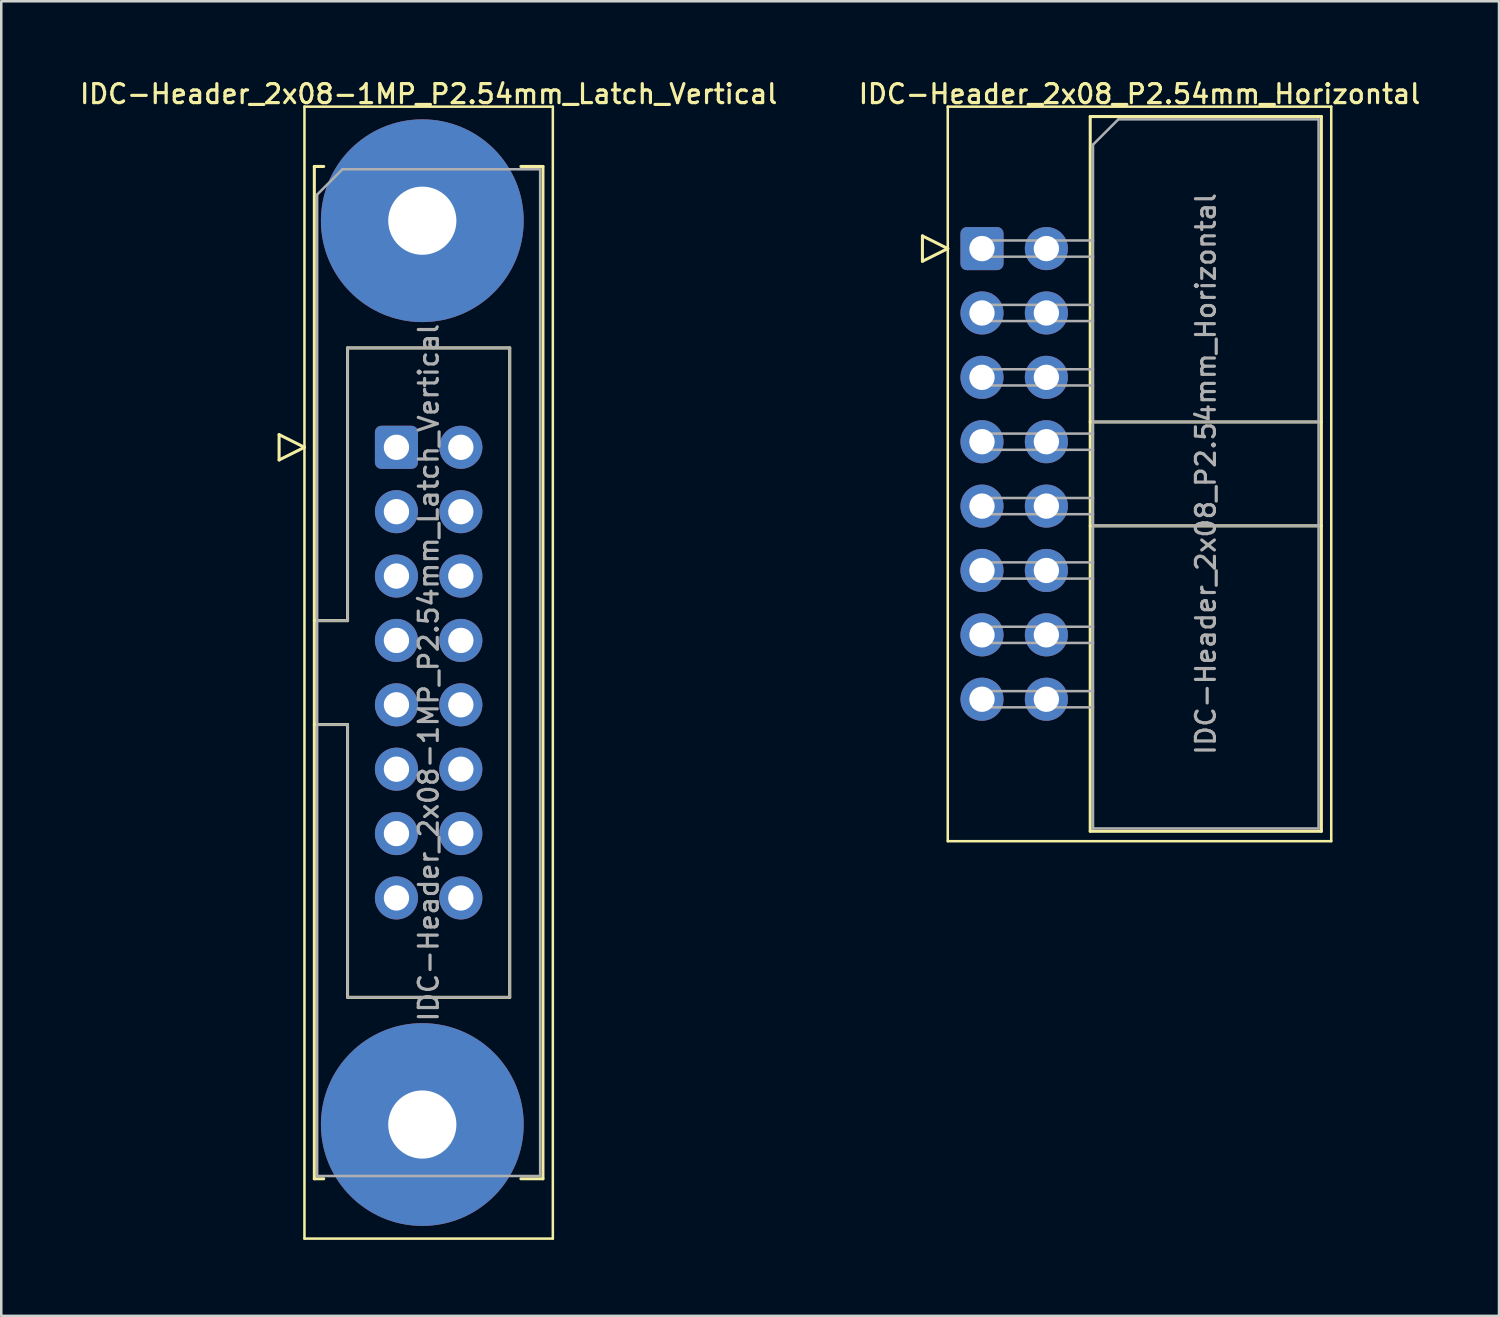
<source format=kicad_pcb>
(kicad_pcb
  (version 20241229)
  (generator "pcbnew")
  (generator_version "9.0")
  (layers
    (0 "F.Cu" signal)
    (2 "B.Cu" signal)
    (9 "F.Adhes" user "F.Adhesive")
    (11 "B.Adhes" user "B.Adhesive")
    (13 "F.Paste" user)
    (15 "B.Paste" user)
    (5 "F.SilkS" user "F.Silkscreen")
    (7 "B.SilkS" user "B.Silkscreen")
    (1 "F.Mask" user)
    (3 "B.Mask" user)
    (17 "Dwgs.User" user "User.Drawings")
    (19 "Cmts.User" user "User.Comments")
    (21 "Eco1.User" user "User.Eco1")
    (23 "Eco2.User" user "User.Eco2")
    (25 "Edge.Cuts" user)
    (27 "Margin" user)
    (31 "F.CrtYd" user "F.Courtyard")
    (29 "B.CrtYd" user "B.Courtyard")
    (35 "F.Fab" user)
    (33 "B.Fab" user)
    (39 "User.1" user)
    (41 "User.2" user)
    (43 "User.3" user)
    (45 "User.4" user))
  (footprint "IDC-Header_2x08-1MP_P2.54mm_Latch_Vertical"
    (layer "F.Cu")
    (at 12.592 14.598)
    (property "Reference" "IDC-Header_2x08-1MP_P2.54mm_Latch_Vertical" (at 1.27 -13.94 0) (layer "F.SilkS") (effects (font (size 0.75 0.75) (thickness 0.125))))
    (attr through_hole)
    (fp_line (start -4.63 -0.5) (end -4.63 0.5) (stroke (width 0.12) (type solid)) (layer "F.SilkS"))
    (fp_line (start -4.63 0.5) (end -3.63 0) (stroke (width 0.12) (type solid)) (layer "F.SilkS"))
    (fp_line (start -3.63 -13.44) (end -3.63 31.22) (stroke (width 0.1) (type solid)) (layer "F.SilkS"))
    (fp_line (start -3.63 0) (end -4.63 -0.5) (stroke (width 0.12) (type solid)) (layer "F.SilkS"))
    (fp_line (start -3.63 31.22) (end 6.17 31.22) (stroke (width 0.1) (type solid)) (layer "F.SilkS"))
    (fp_line (start -3.24 -11.08) (end -3.24 28.86) (stroke (width 0.12) (type solid)) (layer "F.SilkS"))
    (fp_line (start -3.24 6.84) (end -1.93 6.84) (stroke (width 0.12) (type solid)) (layer "F.SilkS"))
    (fp_line (start -3.24 28.86) (end -2.87 28.86) (stroke (width 0.12) (type solid)) (layer "F.SilkS"))
    (fp_line (start -2.87 -11.08) (end -3.24 -11.08) (stroke (width 0.12) (type solid)) (layer "F.SilkS"))
    (fp_line (start -1.93 -3.92) (end 4.47 -3.92) (stroke (width 0.12) (type solid)) (layer "F.SilkS"))
    (fp_line (start -1.93 6.84) (end -1.93 -3.92) (stroke (width 0.12) (type solid)) (layer "F.SilkS"))
    (fp_line (start -1.93 10.94) (end -3.24 10.94) (stroke (width 0.12) (type solid)) (layer "F.SilkS"))
    (fp_line (start -1.93 10.94) (end -1.93 10.94) (stroke (width 0.12) (type solid)) (layer "F.SilkS"))
    (fp_line (start -1.93 21.7) (end -1.93 10.94) (stroke (width 0.12) (type solid)) (layer "F.SilkS"))
    (fp_line (start 4.47 -3.92) (end 4.47 21.7) (stroke (width 0.12) (type solid)) (layer "F.SilkS"))
    (fp_line (start 4.47 21.7) (end -1.93 21.7) (stroke (width 0.12) (type solid)) (layer "F.SilkS"))
    (fp_line (start 4.91 -11.08) (end 5.78 -11.08) (stroke (width 0.12) (type solid)) (layer "F.SilkS"))
    (fp_line (start 5.78 -11.08) (end 5.78 28.86) (stroke (width 0.12) (type solid)) (layer "F.SilkS"))
    (fp_line (start 5.78 28.86) (end 4.91 28.86) (stroke (width 0.12) (type solid)) (layer "F.SilkS"))
    (fp_line (start 6.17 -13.44) (end -3.63 -13.44) (stroke (width 0.1) (type solid)) (layer "F.SilkS"))
    (fp_line (start 6.17 31.22) (end 6.17 -13.44) (stroke (width 0.1) (type solid)) (layer "F.SilkS"))
    (fp_line (start -3.13 -9.97) (end -2.13 -10.97) (stroke (width 0.1) (type solid)) (layer "F.Fab"))
    (fp_line (start -3.13 6.84) (end -1.93 6.84) (stroke (width 0.1) (type solid)) (layer "F.Fab"))
    (fp_line (start -3.13 28.75) (end -3.13 -9.97) (stroke (width 0.1) (type solid)) (layer "F.Fab"))
    (fp_line (start -2.13 -10.97) (end 5.67 -10.97) (stroke (width 0.1) (type solid)) (layer "F.Fab"))
    (fp_line (start -1.93 -3.92) (end 4.47 -3.92) (stroke (width 0.1) (type solid)) (layer "F.Fab"))
    (fp_line (start -1.93 6.84) (end -1.93 -3.92) (stroke (width 0.1) (type solid)) (layer "F.Fab"))
    (fp_line (start -1.93 10.94) (end -3.13 10.94) (stroke (width 0.1) (type solid)) (layer "F.Fab"))
    (fp_line (start -1.93 10.94) (end -1.93 10.94) (stroke (width 0.1) (type solid)) (layer "F.Fab"))
    (fp_line (start -1.93 21.7) (end -1.93 10.94) (stroke (width 0.1) (type solid)) (layer "F.Fab"))
    (fp_line (start 4.47 -3.92) (end 4.47 21.7) (stroke (width 0.1) (type solid)) (layer "F.Fab"))
    (fp_line (start 4.47 21.7) (end -1.93 21.7) (stroke (width 0.1) (type solid)) (layer "F.Fab"))
    (fp_line (start 5.67 -10.97) (end 5.67 28.75) (stroke (width 0.1) (type solid)) (layer "F.Fab"))
    (fp_line (start 5.67 28.75) (end -3.13 28.75) (stroke (width 0.1) (type solid)) (layer "F.Fab"))
    (fp_text user "${REFERENCE}" (at 1.27 8.89 90) (layer "F.Fab") (effects (font (size 0.75 0.75) (thickness 0.125))))
    (pad "1" thru_hole roundrect (at 0 0) (size 1.7 1.7) (drill 1) (layers "*.Cu" "*.Mask") (roundrect_rratio 0.147))
    (pad "2" thru_hole circle (at 2.54 0) (size 1.7 1.7) (drill 1) (layers "*.Cu" "*.Mask"))
    (pad "3" thru_hole circle (at 0 2.54) (size 1.7 1.7) (drill 1) (layers "*.Cu" "*.Mask"))
    (pad "4" thru_hole circle (at 2.54 2.54) (size 1.7 1.7) (drill 1) (layers "*.Cu" "*.Mask"))
    (pad "5" thru_hole circle (at 0 5.08) (size 1.7 1.7) (drill 1) (layers "*.Cu" "*.Mask"))
    (pad "6" thru_hole circle (at 2.54 5.08) (size 1.7 1.7) (drill 1) (layers "*.Cu" "*.Mask"))
    (pad "7" thru_hole circle (at 0 7.62) (size 1.7 1.7) (drill 1) (layers "*.Cu" "*.Mask"))
    (pad "8" thru_hole circle (at 2.54 7.62) (size 1.7 1.7) (drill 1) (layers "*.Cu" "*.Mask"))
    (pad "9" thru_hole circle (at 0 10.16) (size 1.7 1.7) (drill 1) (layers "*.Cu" "*.Mask"))
    (pad "10" thru_hole circle (at 2.54 10.16) (size 1.7 1.7) (drill 1) (layers "*.Cu" "*.Mask"))
    (pad "11" thru_hole circle (at 0 12.7) (size 1.7 1.7) (drill 1) (layers "*.Cu" "*.Mask"))
    (pad "12" thru_hole circle (at 2.54 12.7) (size 1.7 1.7) (drill 1) (layers "*.Cu" "*.Mask"))
    (pad "13" thru_hole circle (at 0 15.24) (size 1.7 1.7) (drill 1) (layers "*.Cu" "*.Mask"))
    (pad "14" thru_hole circle (at 2.54 15.24) (size 1.7 1.7) (drill 1) (layers "*.Cu" "*.Mask"))
    (pad "15" thru_hole circle (at 0 17.78) (size 1.7 1.7) (drill 1) (layers "*.Cu" "*.Mask"))
    (pad "16" thru_hole circle (at 2.54 17.78) (size 1.7 1.7) (drill 1) (layers "*.Cu" "*.Mask"))
    (pad "MP" thru_hole circle (at 1.02 -8.94) (size 8 8) (drill 2.69) (layers "*.Cu" "*.Mask"))
    (pad "MP" thru_hole circle (at 1.02 26.72) (size 8 8) (drill 2.69) (layers "*.Cu" "*.Mask")))
  (footprint "IDC-Header_2x08_P2.54mm_Horizontal"
    (layer "F.Cu")
    (at 35.694 6.758)
    (property "Reference" "IDC-Header_2x08_P2.54mm_Horizontal" (at 6.215 -6.1 0) (layer "F.SilkS") (effects (font (size 0.75 0.75) (thickness 0.125))))
    (attr through_hole)
    (fp_line (start -2.35 -0.5) (end -2.35 0.5) (stroke (width 0.12) (type solid)) (layer "F.SilkS"))
    (fp_line (start -2.35 0.5) (end -1.35 0) (stroke (width 0.12) (type solid)) (layer "F.SilkS"))
    (fp_line (start -1.35 -5.6) (end -1.35 23.38) (stroke (width 0.1) (type solid)) (layer "F.SilkS"))
    (fp_line (start -1.35 0) (end -2.35 -0.5) (stroke (width 0.12) (type solid)) (layer "F.SilkS"))
    (fp_line (start -1.35 23.38) (end 13.78 23.38) (stroke (width 0.1) (type solid)) (layer "F.SilkS"))
    (fp_line (start 4.27 -5.21) (end 13.39 -5.21) (stroke (width 0.12) (type solid)) (layer "F.SilkS"))
    (fp_line (start 4.27 6.84) (end 13.39 6.84) (stroke (width 0.12) (type solid)) (layer "F.SilkS"))
    (fp_line (start 4.27 10.94) (end 13.39 10.94) (stroke (width 0.12) (type solid)) (layer "F.SilkS"))
    (fp_line (start 4.27 22.99) (end 4.27 -5.21) (stroke (width 0.12) (type solid)) (layer "F.SilkS"))
    (fp_line (start 13.39 -5.21) (end 13.39 22.99) (stroke (width 0.12) (type solid)) (layer "F.SilkS"))
    (fp_line (start 13.39 22.99) (end 4.27 22.99) (stroke (width 0.12) (type solid)) (layer "F.SilkS"))
    (fp_line (start 13.78 -5.6) (end -1.35 -5.6) (stroke (width 0.1) (type solid)) (layer "F.SilkS"))
    (fp_line (start 13.78 23.38) (end 13.78 -5.6) (stroke (width 0.1) (type solid)) (layer "F.SilkS"))
    (fp_line (start -0.32 -0.32) (end -0.32 0.32) (stroke (width 0.1) (type solid)) (layer "F.Fab"))
    (fp_line (start -0.32 0.32) (end 4.38 0.32) (stroke (width 0.1) (type solid)) (layer "F.Fab"))
    (fp_line (start -0.32 2.22) (end -0.32 2.86) (stroke (width 0.1) (type solid)) (layer "F.Fab"))
    (fp_line (start -0.32 2.86) (end 4.38 2.86) (stroke (width 0.1) (type solid)) (layer "F.Fab"))
    (fp_line (start -0.32 4.76) (end -0.32 5.4) (stroke (width 0.1) (type solid)) (layer "F.Fab"))
    (fp_line (start -0.32 5.4) (end 4.38 5.4) (stroke (width 0.1) (type solid)) (layer "F.Fab"))
    (fp_line (start -0.32 7.3) (end -0.32 7.94) (stroke (width 0.1) (type solid)) (layer "F.Fab"))
    (fp_line (start -0.32 7.94) (end 4.38 7.94) (stroke (width 0.1) (type solid)) (layer "F.Fab"))
    (fp_line (start -0.32 9.84) (end -0.32 10.48) (stroke (width 0.1) (type solid)) (layer "F.Fab"))
    (fp_line (start -0.32 10.48) (end 4.38 10.48) (stroke (width 0.1) (type solid)) (layer "F.Fab"))
    (fp_line (start -0.32 12.38) (end -0.32 13.02) (stroke (width 0.1) (type solid)) (layer "F.Fab"))
    (fp_line (start -0.32 13.02) (end 4.38 13.02) (stroke (width 0.1) (type solid)) (layer "F.Fab"))
    (fp_line (start -0.32 14.92) (end -0.32 15.56) (stroke (width 0.1) (type solid)) (layer "F.Fab"))
    (fp_line (start -0.32 15.56) (end 4.38 15.56) (stroke (width 0.1) (type solid)) (layer "F.Fab"))
    (fp_line (start -0.32 17.46) (end -0.32 18.1) (stroke (width 0.1) (type solid)) (layer "F.Fab"))
    (fp_line (start -0.32 18.1) (end 4.38 18.1) (stroke (width 0.1) (type solid)) (layer "F.Fab"))
    (fp_line (start 4.38 -4.1) (end 5.38 -5.1) (stroke (width 0.1) (type solid)) (layer "F.Fab"))
    (fp_line (start 4.38 -0.32) (end -0.32 -0.32) (stroke (width 0.1) (type solid)) (layer "F.Fab"))
    (fp_line (start 4.38 2.22) (end -0.32 2.22) (stroke (width 0.1) (type solid)) (layer "F.Fab"))
    (fp_line (start 4.38 4.76) (end -0.32 4.76) (stroke (width 0.1) (type solid)) (layer "F.Fab"))
    (fp_line (start 4.38 6.84) (end 13.28 6.84) (stroke (width 0.1) (type solid)) (layer "F.Fab"))
    (fp_line (start 4.38 7.3) (end -0.32 7.3) (stroke (width 0.1) (type solid)) (layer "F.Fab"))
    (fp_line (start 4.38 9.84) (end -0.32 9.84) (stroke (width 0.1) (type solid)) (layer "F.Fab"))
    (fp_line (start 4.38 10.94) (end 13.28 10.94) (stroke (width 0.1) (type solid)) (layer "F.Fab"))
    (fp_line (start 4.38 12.38) (end -0.32 12.38) (stroke (width 0.1) (type solid)) (layer "F.Fab"))
    (fp_line (start 4.38 14.92) (end -0.32 14.92) (stroke (width 0.1) (type solid)) (layer "F.Fab"))
    (fp_line (start 4.38 17.46) (end -0.32 17.46) (stroke (width 0.1) (type solid)) (layer "F.Fab"))
    (fp_line (start 4.38 22.88) (end 4.38 -4.1) (stroke (width 0.1) (type solid)) (layer "F.Fab"))
    (fp_line (start 5.38 -5.1) (end 13.28 -5.1) (stroke (width 0.1) (type solid)) (layer "F.Fab"))
    (fp_line (start 13.28 -5.1) (end 13.28 22.88) (stroke (width 0.1) (type solid)) (layer "F.Fab"))
    (fp_line (start 13.28 22.88) (end 4.38 22.88) (stroke (width 0.1) (type solid)) (layer "F.Fab"))
    (fp_text user "${REFERENCE}" (at 8.83 8.89 90) (layer "F.Fab") (effects (font (size 0.75 0.75) (thickness 0.125))))
    (pad "1" thru_hole roundrect (at 0 0) (size 1.7 1.7) (drill 1) (layers "*.Cu" "*.Mask") (roundrect_rratio 0.147))
    (pad "2" thru_hole circle (at 2.54 0) (size 1.7 1.7) (drill 1) (layers "*.Cu" "*.Mask"))
    (pad "3" thru_hole circle (at 0 2.54) (size 1.7 1.7) (drill 1) (layers "*.Cu" "*.Mask"))
    (pad "4" thru_hole circle (at 2.54 2.54) (size 1.7 1.7) (drill 1) (layers "*.Cu" "*.Mask"))
    (pad "5" thru_hole circle (at 0 5.08) (size 1.7 1.7) (drill 1) (layers "*.Cu" "*.Mask"))
    (pad "6" thru_hole circle (at 2.54 5.08) (size 1.7 1.7) (drill 1) (layers "*.Cu" "*.Mask"))
    (pad "7" thru_hole circle (at 0 7.62) (size 1.7 1.7) (drill 1) (layers "*.Cu" "*.Mask"))
    (pad "8" thru_hole circle (at 2.54 7.62) (size 1.7 1.7) (drill 1) (layers "*.Cu" "*.Mask"))
    (pad "9" thru_hole circle (at 0 10.16) (size 1.7 1.7) (drill 1) (layers "*.Cu" "*.Mask"))
    (pad "10" thru_hole circle (at 2.54 10.16) (size 1.7 1.7) (drill 1) (layers "*.Cu" "*.Mask"))
    (pad "11" thru_hole circle (at 0 12.7) (size 1.7 1.7) (drill 1) (layers "*.Cu" "*.Mask"))
    (pad "12" thru_hole circle (at 2.54 12.7) (size 1.7 1.7) (drill 1) (layers "*.Cu" "*.Mask"))
    (pad "13" thru_hole circle (at 0 15.24) (size 1.7 1.7) (drill 1) (layers "*.Cu" "*.Mask"))
    (pad "14" thru_hole circle (at 2.54 15.24) (size 1.7 1.7) (drill 1) (layers "*.Cu" "*.Mask"))
    (pad "15" thru_hole circle (at 0 17.78) (size 1.7 1.7) (drill 1) (layers "*.Cu" "*.Mask"))
    (pad "16" thru_hole circle (at 2.54 17.78) (size 1.7 1.7) (drill 1) (layers "*.Cu" "*.Mask")))
  (gr_rect
    (start -3 -3)
    (end 56.093 48.868)
    (stroke (width 0.1) (type default))
    (fill no)
    (layer "Edge.Cuts")))
</source>
